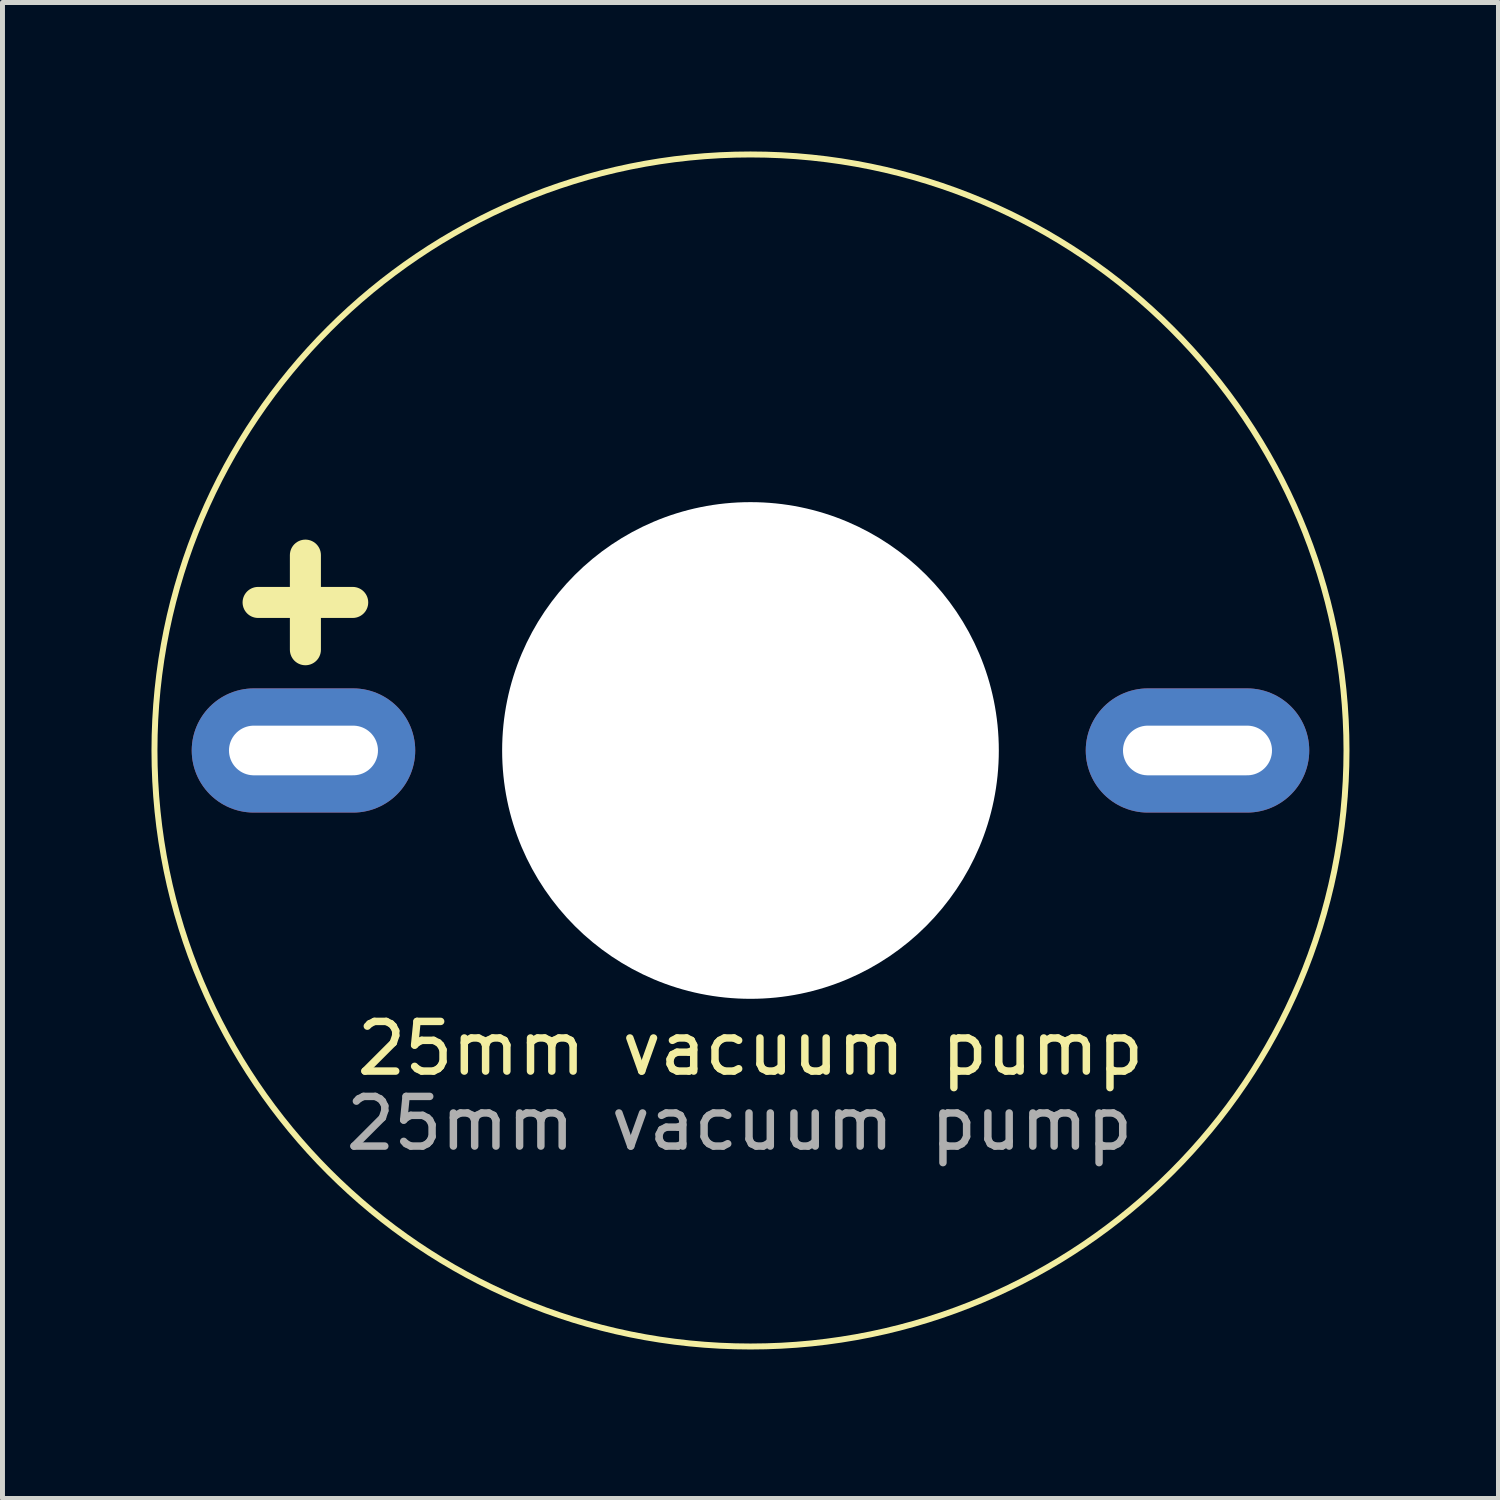
<source format=kicad_pcb>
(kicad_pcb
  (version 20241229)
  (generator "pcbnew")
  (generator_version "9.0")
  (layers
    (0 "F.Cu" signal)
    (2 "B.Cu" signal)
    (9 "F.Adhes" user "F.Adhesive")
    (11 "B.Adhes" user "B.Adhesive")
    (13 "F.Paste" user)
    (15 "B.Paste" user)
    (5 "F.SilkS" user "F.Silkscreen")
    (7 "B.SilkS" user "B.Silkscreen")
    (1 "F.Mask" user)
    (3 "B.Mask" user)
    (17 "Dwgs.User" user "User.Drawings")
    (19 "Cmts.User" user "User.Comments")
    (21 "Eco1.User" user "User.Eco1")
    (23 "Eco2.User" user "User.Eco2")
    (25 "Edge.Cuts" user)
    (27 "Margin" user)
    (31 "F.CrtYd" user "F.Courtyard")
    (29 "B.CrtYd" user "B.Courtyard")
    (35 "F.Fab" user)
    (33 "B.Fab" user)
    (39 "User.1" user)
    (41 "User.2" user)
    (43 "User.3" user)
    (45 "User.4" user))
  (footprint "25mm vacuum pump"
    (layer "F.Cu")
    (at 12.06 12.06)
    (property "Reference" "25mm vacuum pump" (at 0 6 0) (unlocked yes) (layer "F.SilkS") (effects (font (size 1 1) (thickness 0.15))))
    (attr through_hole)
    (fp_circle (center 0 0) (end 12 0) (stroke (width 0.12) (type default)) (fill no) (layer "F.SilkS"))
    (fp_text user "+" (at -10.92 -1.69 0) (unlocked yes) (layer "F.SilkS") (effects (font (size 2.5 2.5) (thickness 0.625) (bold yes)) (justify left bottom)))
    (fp_text user "${REFERENCE}" (at -0.22 7.51 0) (unlocked yes) (layer "F.Fab") (effects (font (size 1 1) (thickness 0.15))))
    (pad "" np_thru_hole circle (at 0 0) (size 10 10) (drill 10) (layers "*.Cu" "*.Mask"))
    (pad "1" thru_hole oval (at -9 0) (size 4.5 2.5) (drill oval 3 1) (layers "*.Cu" "*.Mask"))
    (pad "2" thru_hole oval (at 9 0) (size 4.5 2.5) (drill oval 3 1) (layers "*.Cu" "*.Mask")))
  (gr_rect
    (start -3 -3)
    (end 27.12 27.12)
    (stroke (width 0.1) (type default))
    (fill no)
    (layer "Edge.Cuts")))
</source>
